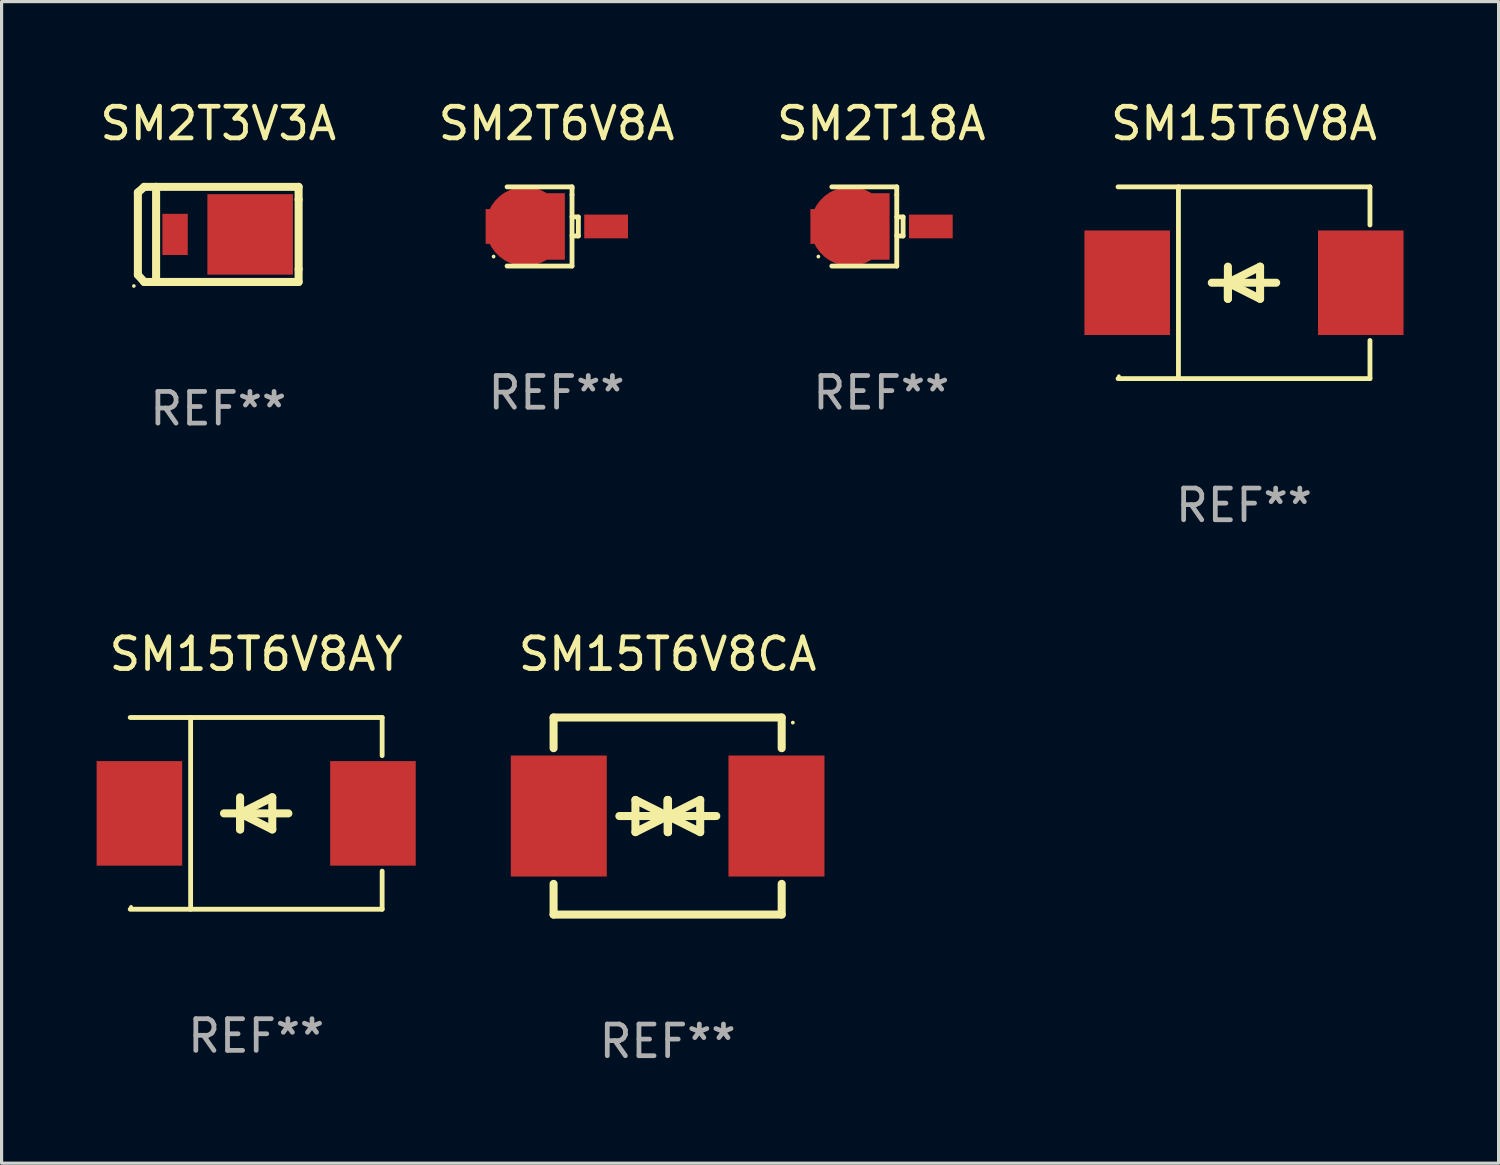
<source format=kicad_pcb>
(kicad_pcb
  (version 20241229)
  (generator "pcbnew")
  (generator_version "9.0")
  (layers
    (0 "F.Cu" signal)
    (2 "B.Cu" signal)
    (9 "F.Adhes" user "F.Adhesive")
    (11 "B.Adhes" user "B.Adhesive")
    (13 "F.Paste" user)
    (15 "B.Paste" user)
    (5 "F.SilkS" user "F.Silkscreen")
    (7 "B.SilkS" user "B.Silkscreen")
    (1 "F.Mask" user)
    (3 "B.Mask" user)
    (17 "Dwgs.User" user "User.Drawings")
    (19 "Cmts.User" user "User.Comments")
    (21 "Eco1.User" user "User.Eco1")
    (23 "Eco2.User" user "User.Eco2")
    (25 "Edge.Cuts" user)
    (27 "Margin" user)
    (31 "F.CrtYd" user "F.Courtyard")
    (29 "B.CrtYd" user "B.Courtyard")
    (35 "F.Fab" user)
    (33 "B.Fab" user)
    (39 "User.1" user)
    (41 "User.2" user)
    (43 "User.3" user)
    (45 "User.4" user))
  (footprint "SM15T6V8AY"
    (layer "F.Cu")
    (at 5.036 22.623)
    (property "Reference" "SM15T6V8AY" (at 0 -5.026 0) (layer "F.SilkS") (effects (font (size 1 1) (thickness 0.15))))
    (attr through_hole)
    (fp_line (start -3.976 -3.026) (end 3.976 -3.026) (stroke (width 0.152) (type solid)) (layer "F.SilkS"))
    (fp_line (start -3.976 3.026) (end 3.976 3.026) (stroke (width 0.152) (type solid)) (layer "F.SilkS"))
    (fp_line (start -2.069 -3.026) (end -2.069 3.026) (stroke (width 0.152) (type solid)) (layer "F.SilkS"))
    (fp_line (start -0.508 0) (end -0.508 0.508) (stroke (width 0.254) (type solid)) (layer "F.SilkS"))
    (fp_line (start -0.508 0) (end 0.508 0.508) (stroke (width 0.254) (type solid)) (layer "F.SilkS"))
    (fp_line (start -0.508 0.508) (end -0.508 -0.508) (stroke (width 0.254) (type solid)) (layer "F.SilkS"))
    (fp_line (start 0.508 -0.508) (end -0.508 0) (stroke (width 0.254) (type solid)) (layer "F.SilkS"))
    (fp_line (start 0.508 0.508) (end 0.508 -0.508) (stroke (width 0.254) (type solid)) (layer "F.SilkS"))
    (fp_line (start 1.016 0) (end -1.016 0) (stroke (width 0.254) (type solid)) (layer "F.SilkS"))
    (fp_line (start 3.976 -3.026) (end 3.976 -1.823) (stroke (width 0.152) (type solid)) (layer "F.SilkS"))
    (fp_line (start 3.976 3.026) (end 3.976 1.823) (stroke (width 0.152) (type solid)) (layer "F.SilkS"))
    (fp_circle (center -3.95 2.95) (end -3.92 2.95) (stroke (width 0.06) (type solid)) (fill no) (layer "F.SilkS"))
    (fp_text user "REF**" (at 0 7.026 0) (layer "F.Fab") (effects (font (size 1 1) (thickness 0.15))))
    (pad "1" smd rect (at -3.686 0) (size 2.7 3.3) (layers "F.Cu" "F.Mask" "F.Paste"))
    (pad "2" smd rect (at 3.686 0) (size 2.7 3.3) (layers "F.Cu" "F.Mask" "F.Paste")))
  (footprint "SM2T6V8A"
    (layer "F.Cu")
    (at 14.518 4.098)
    (property "Reference" "SM2T6V8A" (at 0 -3.25 0) (layer "F.SilkS") (effects (font (size 1 1) (thickness 0.15))))
    (attr through_hole)
    (fp_line (start 0.487 -1.25) (end -1.563 -1.25) (stroke (width 0.152) (type solid)) (layer "F.SilkS"))
    (fp_line (start 0.487 -1.2) (end 0.487 -1.25) (stroke (width 0.152) (type solid)) (layer "F.SilkS"))
    (fp_line (start 0.487 -1) (end 0.487 -1.2) (stroke (width 0.152) (type solid)) (layer "F.SilkS"))
    (fp_line (start 0.487 -1) (end 0.487 1.25) (stroke (width 0.152) (type solid)) (layer "F.SilkS"))
    (fp_line (start 0.487 1.25) (end -1.563 1.25) (stroke (width 0.152) (type solid)) (layer "F.SilkS"))
    (fp_line (start 0.501 0.3) (end 0.487 0.286) (stroke (width 0.152) (type solid)) (layer "F.SilkS"))
    (fp_line (start 0.687 -0.3) (end 0.487 -0.3) (stroke (width 0.152) (type solid)) (layer "F.SilkS"))
    (fp_line (start 0.687 -0.3) (end 0.687 0.3) (stroke (width 0.152) (type solid)) (layer "F.SilkS"))
    (fp_line (start 0.687 0.3) (end 0.501 0.3) (stroke (width 0.152) (type solid)) (layer "F.SilkS"))
    (fp_circle (center -1.989 0.95) (end -1.959 0.95) (stroke (width 0.06) (type solid)) (fill no) (layer "F.SilkS"))
    (fp_text user "REF**" (at 0 5.25 0) (layer "F.Fab") (effects (font (size 1 1) (thickness 0.15))))
    (pad "1" smd custom (at -0.989 -0.000013) (size 2.5 2.1) (layers "F.Cu" "F.Mask" "F.Paste") (options (anchor circle)) (primitives (gr_poly (pts (xy 1.25 1.05) (xy -0.57 1.05) (xy -0.57 0.55) (xy -1.25 0.55) (xy -1.25 -0.55) (xy -0.575 -0.55) (xy -0.57 -0.55) (xy -0.57 -1.05) (xy 1.25 -1.05)) (width 0) (fill yes))))
    (pad "2" smd rect (at 1.563 -0.000013) (size 1.38 0.75) (layers "F.Cu" "F.Mask" "F.Paste")))
  (footprint "SM15T6V8A"
    (layer "F.Cu")
    (at 36.215 5.874)
    (property "Reference" "SM15T6V8A" (at 0 -5.026 0) (layer "F.SilkS") (effects (font (size 1 1) (thickness 0.15))))
    (attr through_hole)
    (fp_line (start -3.976 -3.026) (end 3.976 -3.026) (stroke (width 0.152) (type solid)) (layer "F.SilkS"))
    (fp_line (start -3.976 3.026) (end 3.976 3.026) (stroke (width 0.152) (type solid)) (layer "F.SilkS"))
    (fp_line (start -2.069 -3.026) (end -2.069 3.026) (stroke (width 0.152) (type solid)) (layer "F.SilkS"))
    (fp_line (start -0.508 0) (end -0.508 0.508) (stroke (width 0.254) (type solid)) (layer "F.SilkS"))
    (fp_line (start -0.508 0) (end 0.508 0.508) (stroke (width 0.254) (type solid)) (layer "F.SilkS"))
    (fp_line (start -0.508 0.508) (end -0.508 -0.508) (stroke (width 0.254) (type solid)) (layer "F.SilkS"))
    (fp_line (start 0.508 -0.508) (end -0.508 0) (stroke (width 0.254) (type solid)) (layer "F.SilkS"))
    (fp_line (start 0.508 0.508) (end 0.508 -0.508) (stroke (width 0.254) (type solid)) (layer "F.SilkS"))
    (fp_line (start 1.016 0) (end -1.016 0) (stroke (width 0.254) (type solid)) (layer "F.SilkS"))
    (fp_line (start 3.976 -3.026) (end 3.976 -1.823) (stroke (width 0.152) (type solid)) (layer "F.SilkS"))
    (fp_line (start 3.976 3.026) (end 3.976 1.823) (stroke (width 0.152) (type solid)) (layer "F.SilkS"))
    (fp_circle (center -3.95 2.95) (end -3.92 2.95) (stroke (width 0.06) (type solid)) (fill no) (layer "F.SilkS"))
    (fp_text user "REF**" (at 0 7.026 0) (layer "F.Fab") (effects (font (size 1 1) (thickness 0.15))))
    (pad "1" smd rect (at -3.686 0) (size 2.7 3.3) (layers "F.Cu" "F.Mask" "F.Paste"))
    (pad "2" smd rect (at 3.686 0) (size 2.7 3.3) (layers "F.Cu" "F.Mask" "F.Paste")))
  (footprint "SM2T18A"
    (layer "F.Cu")
    (at 24.768 4.098)
    (property "Reference" "SM2T18A" (at 0 -3.25 0) (layer "F.SilkS") (effects (font (size 1 1) (thickness 0.15))))
    (attr through_hole)
    (fp_line (start 0.487 -1.25) (end -1.563 -1.25) (stroke (width 0.152) (type solid)) (layer "F.SilkS"))
    (fp_line (start 0.487 -1.2) (end 0.487 -1.25) (stroke (width 0.152) (type solid)) (layer "F.SilkS"))
    (fp_line (start 0.487 -1) (end 0.487 -1.2) (stroke (width 0.152) (type solid)) (layer "F.SilkS"))
    (fp_line (start 0.487 -1) (end 0.487 1.25) (stroke (width 0.152) (type solid)) (layer "F.SilkS"))
    (fp_line (start 0.487 1.25) (end -1.563 1.25) (stroke (width 0.152) (type solid)) (layer "F.SilkS"))
    (fp_line (start 0.501 0.3) (end 0.487 0.286) (stroke (width 0.152) (type solid)) (layer "F.SilkS"))
    (fp_line (start 0.687 -0.3) (end 0.487 -0.3) (stroke (width 0.152) (type solid)) (layer "F.SilkS"))
    (fp_line (start 0.687 -0.3) (end 0.687 0.3) (stroke (width 0.152) (type solid)) (layer "F.SilkS"))
    (fp_line (start 0.687 0.3) (end 0.501 0.3) (stroke (width 0.152) (type solid)) (layer "F.SilkS"))
    (fp_circle (center -1.989 0.95) (end -1.959 0.95) (stroke (width 0.06) (type solid)) (fill no) (layer "F.SilkS"))
    (fp_text user "REF**" (at 0 5.25 0) (layer "F.Fab") (effects (font (size 1 1) (thickness 0.15))))
    (pad "1" smd custom (at -0.989 -0.000013) (size 2.5 2.1) (layers "F.Cu" "F.Mask" "F.Paste") (options (anchor circle)) (primitives (gr_poly (pts (xy 1.25 1.05) (xy -0.57 1.05) (xy -0.57 0.55) (xy -1.25 0.55) (xy -1.25 -0.55) (xy -0.575 -0.55) (xy -0.57 -0.55) (xy -0.57 -1.05) (xy 1.25 -1.05)) (width 0) (fill yes))))
    (pad "2" smd rect (at 1.563 -0.000013) (size 1.38 0.75) (layers "F.Cu" "F.Mask" "F.Paste")))
  (footprint "SM2T3V3A"
    (layer "F.Cu")
    (at 3.839 4.349)
    (property "Reference" "SM2T3V3A" (at 0 -3.501 0) (layer "F.SilkS") (effects (font (size 1 1) (thickness 0.15))))
    (attr through_hole)
    (fp_line (start -2.537 -1.324) (end -2.537 1.276) (stroke (width 0.254) (type solid)) (layer "F.SilkS"))
    (fp_line (start -2.537 1.276) (end -2.337 1.501) (stroke (width 0.254) (type solid)) (layer "F.SilkS"))
    (fp_line (start -2.337 -1.501) (end -2.537 -1.324) (stroke (width 0.254) (type solid)) (layer "F.SilkS"))
    (fp_line (start -2.337 -1.501) (end -1.962 -1.501) (stroke (width 0.254) (type solid)) (layer "F.SilkS"))
    (fp_line (start -2.337 1.501) (end -1.962 1.501) (stroke (width 0.254) (type solid)) (layer "F.SilkS"))
    (fp_line (start -1.962 -1.501) (end 2.536 -1.501) (stroke (width 0.254) (type solid)) (layer "F.SilkS"))
    (fp_line (start -1.962 1.501) (end -1.962 -1.501) (stroke (width 0.254) (type solid)) (layer "F.SilkS"))
    (fp_line (start -1.592 1.501) (end -1.962 1.501) (stroke (width 0.254) (type solid)) (layer "F.SilkS"))
    (fp_line (start 2.536 -1.501) (end 2.536 -1.1) (stroke (width 0.254) (type solid)) (layer "F.SilkS"))
    (fp_line (start 2.536 1.1) (end 2.536 1.501) (stroke (width 0.254) (type solid)) (layer "F.SilkS"))
    (fp_line (start 2.536 1.501) (end -1.592 1.501) (stroke (width 0.254) (type solid)) (layer "F.SilkS"))
    (fp_line (start 2.537 1.1) (end 2.537 -1.1) (stroke (width 0.254) (type solid)) (layer "F.SilkS"))
    (fp_circle (center -2.664 1.628) (end -2.634 1.628) (stroke (width 0.06) (type solid)) (fill no) (layer "F.SilkS"))
    (fp_text user "REF**" (at 0 5.501 0) (layer "F.Fab") (effects (font (size 1 1) (thickness 0.15))))
    (pad "1" smd rect (at -1.363 0 180) (size 0.8 1.3) (layers "F.Cu" "F.Mask" "F.Paste"))
    (pad "2" smd rect (at 1.007 0 180) (size 2.7 2.54) (layers "F.Cu" "F.Mask" "F.Paste")))
  (footprint "SM15T6V8CA"
    (layer "F.Cu")
    (at 18.023 22.707)
    (property "Reference" "SM15T6V8CA" (at 0 -5.11 0) (layer "F.SilkS") (effects (font (size 1 1) (thickness 0.15))))
    (attr through_hole)
    (fp_line (start -3.6 -2.141) (end -3.6 -3.11) (stroke (width 0.254) (type solid)) (layer "F.SilkS"))
    (fp_line (start -3.6 3.11) (end -3.6 2.141) (stroke (width 0.254) (type solid)) (layer "F.SilkS"))
    (fp_line (start -1.524 0) (end 0.508 0) (stroke (width 0.254) (type solid)) (layer "F.SilkS"))
    (fp_line (start -1.016 -0.508) (end -1.016 0.508) (stroke (width 0.254) (type solid)) (layer "F.SilkS"))
    (fp_line (start -1.016 0.508) (end 0 0) (stroke (width 0.254) (type solid)) (layer "F.SilkS"))
    (fp_line (start 0 -0.508) (end 0 0.508) (stroke (width 0.254) (type solid)) (layer "F.SilkS"))
    (fp_line (start 0 0) (end -1.016 -0.508) (stroke (width 0.254) (type solid)) (layer "F.SilkS"))
    (fp_line (start 0 0) (end 0 -0.508) (stroke (width 0.254) (type solid)) (layer "F.SilkS"))
    (fp_line (start 0.012 0) (end 0.012 0.508) (stroke (width 0.254) (type solid)) (layer "F.SilkS"))
    (fp_line (start 0.012 0) (end 1.028 0.508) (stroke (width 0.254) (type solid)) (layer "F.SilkS"))
    (fp_line (start 0.012 0.508) (end 0.012 -0.508) (stroke (width 0.254) (type solid)) (layer "F.SilkS"))
    (fp_line (start 1.028 -0.508) (end 0.012 0) (stroke (width 0.254) (type solid)) (layer "F.SilkS"))
    (fp_line (start 1.028 0.508) (end 1.028 -0.508) (stroke (width 0.254) (type solid)) (layer "F.SilkS"))
    (fp_line (start 1.536 0) (end -0.496 0) (stroke (width 0.254) (type solid)) (layer "F.SilkS"))
    (fp_line (start 3.6 -3.11) (end -3.6 -3.11) (stroke (width 0.254) (type solid)) (layer "F.SilkS"))
    (fp_line (start 3.6 -2.141) (end 3.6 -3.11) (stroke (width 0.254) (type solid)) (layer "F.SilkS"))
    (fp_line (start 3.6 3.11) (end -3.6 3.11) (stroke (width 0.254) (type solid)) (layer "F.SilkS"))
    (fp_line (start 3.6 3.11) (end 3.6 2.141) (stroke (width 0.254) (type solid)) (layer "F.SilkS"))
    (fp_circle (center 3.952 -2.95) (end 3.982 -2.95) (stroke (width 0.06) (type solid)) (fill no) (layer "F.SilkS"))
    (fp_text user "REF**" (at 0 7.11 0) (layer "F.Fab") (effects (font (size 1 1) (thickness 0.15))))
    (pad "1" smd rect (at 3.435 0) (size 3.03 3.82) (layers "F.Cu" "F.Mask" "F.Paste"))
    (pad "2" smd rect (at -3.435 0) (size 3.03 3.82) (layers "F.Cu" "F.Mask" "F.Paste")))
  (gr_rect
    (start -3 -3)
    (end 44.251 33.665)
    (stroke (width 0.1) (type default))
    (fill no)
    (layer "Edge.Cuts")))
</source>
